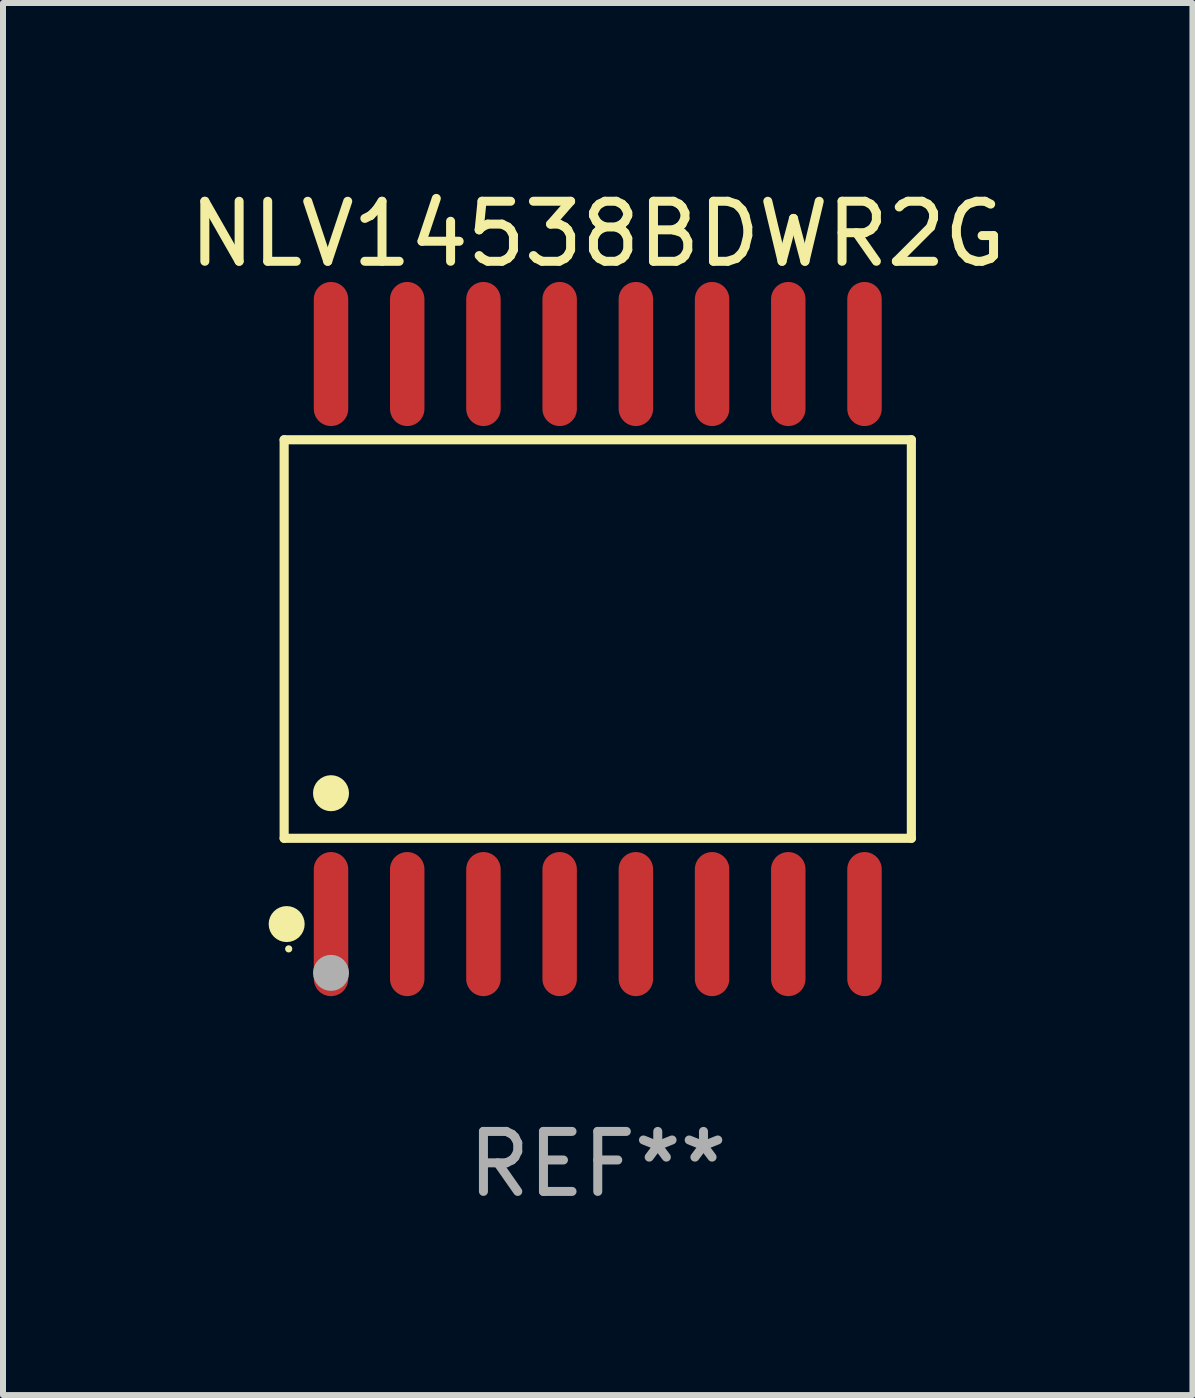
<source format=kicad_pcb>
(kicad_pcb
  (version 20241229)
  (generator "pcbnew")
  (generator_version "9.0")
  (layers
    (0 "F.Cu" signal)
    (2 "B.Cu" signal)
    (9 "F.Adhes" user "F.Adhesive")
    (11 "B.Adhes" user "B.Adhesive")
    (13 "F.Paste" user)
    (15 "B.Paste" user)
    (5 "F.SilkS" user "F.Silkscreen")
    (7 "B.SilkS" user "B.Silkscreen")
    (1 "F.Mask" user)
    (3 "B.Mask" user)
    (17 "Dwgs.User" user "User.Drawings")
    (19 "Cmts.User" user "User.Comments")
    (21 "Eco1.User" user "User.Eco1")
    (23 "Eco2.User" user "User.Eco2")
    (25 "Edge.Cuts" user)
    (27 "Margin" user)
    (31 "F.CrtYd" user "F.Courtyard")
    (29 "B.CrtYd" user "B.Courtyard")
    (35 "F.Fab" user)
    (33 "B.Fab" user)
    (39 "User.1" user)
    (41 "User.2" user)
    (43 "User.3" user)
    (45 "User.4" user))
  (footprint "NLV14538BDWR2G"
    (layer "F.Cu")
    (at 6.911 7.599)
    (property "Reference" "NLV14538BDWR2G" (at 0 -6.75 0) (layer "F.SilkS") (effects (font (size 1 1) (thickness 0.15))))
    (attr through_hole)
    (fp_line (start -5.226 -3.321) (end 5.226 -3.321) (stroke (width 0.152) (type solid)) (layer "F.SilkS"))
    (fp_line (start -5.226 3.321) (end -5.226 -3.321) (stroke (width 0.152) (type solid)) (layer "F.SilkS"))
    (fp_line (start 5.226 -3.321) (end 5.226 3.321) (stroke (width 0.152) (type solid)) (layer "F.SilkS"))
    (fp_line (start 5.226 3.321) (end -5.226 3.321) (stroke (width 0.152) (type solid)) (layer "F.SilkS"))
    (fp_circle (center -5.184 4.75) (end -5.034 4.75) (stroke (width 0.3) (type solid)) (fill no) (layer "F.SilkS"))
    (fp_circle (center -5.15 5.163) (end -5.12 5.163) (stroke (width 0.06) (type solid)) (fill no) (layer "F.SilkS"))
    (fp_circle (center -4.445 2.569) (end -4.295 2.569) (stroke (width 0.3) (type solid)) (fill no) (layer "F.SilkS"))
    (fp_circle (center -4.445 5.563) (end -4.295 5.563) (stroke (width 0.3) (type solid)) (fill no) (layer "F.Fab"))
    (fp_text user "REF**" (at 0 8.75 0) (layer "F.Fab") (effects (font (size 1 1) (thickness 0.15))))
    (pad "1" smd oval (at -4.445 4.75) (size 0.574 2.401) (layers "F.Cu" "F.Mask" "F.Paste"))
    (pad "2" smd oval (at -3.175 4.75) (size 0.574 2.401) (layers "F.Cu" "F.Mask" "F.Paste"))
    (pad "3" smd oval (at -1.905 4.75) (size 0.574 2.401) (layers "F.Cu" "F.Mask" "F.Paste"))
    (pad "4" smd oval (at -0.635 4.75) (size 0.574 2.401) (layers "F.Cu" "F.Mask" "F.Paste"))
    (pad "5" smd oval (at 0.635 4.75) (size 0.574 2.401) (layers "F.Cu" "F.Mask" "F.Paste"))
    (pad "6" smd oval (at 1.905 4.75) (size 0.574 2.401) (layers "F.Cu" "F.Mask" "F.Paste"))
    (pad "7" smd oval (at 3.175 4.75) (size 0.574 2.401) (layers "F.Cu" "F.Mask" "F.Paste"))
    (pad "8" smd oval (at 4.445 4.75) (size 0.574 2.401) (layers "F.Cu" "F.Mask" "F.Paste"))
    (pad "9" smd oval (at 4.445 -4.75) (size 0.574 2.401) (layers "F.Cu" "F.Mask" "F.Paste"))
    (pad "10" smd oval (at 3.175 -4.75) (size 0.574 2.401) (layers "F.Cu" "F.Mask" "F.Paste"))
    (pad "11" smd oval (at 1.905 -4.75) (size 0.574 2.401) (layers "F.Cu" "F.Mask" "F.Paste"))
    (pad "12" smd oval (at 0.635 -4.75) (size 0.574 2.401) (layers "F.Cu" "F.Mask" "F.Paste"))
    (pad "13" smd oval (at -0.635 -4.75) (size 0.574 2.401) (layers "F.Cu" "F.Mask" "F.Paste"))
    (pad "14" smd oval (at -1.905 -4.75) (size 0.574 2.401) (layers "F.Cu" "F.Mask" "F.Paste"))
    (pad "15" smd oval (at -3.175 -4.75) (size 0.574 2.401) (layers "F.Cu" "F.Mask" "F.Paste"))
    (pad "16" smd oval (at -4.445 -4.75) (size 0.574 2.401) (layers "F.Cu" "F.Mask" "F.Paste")))
  (gr_rect
    (start -3 -3)
    (end 16.821 20.197)
    (stroke (width 0.1) (type default))
    (fill no)
    (layer "Edge.Cuts")))
</source>
